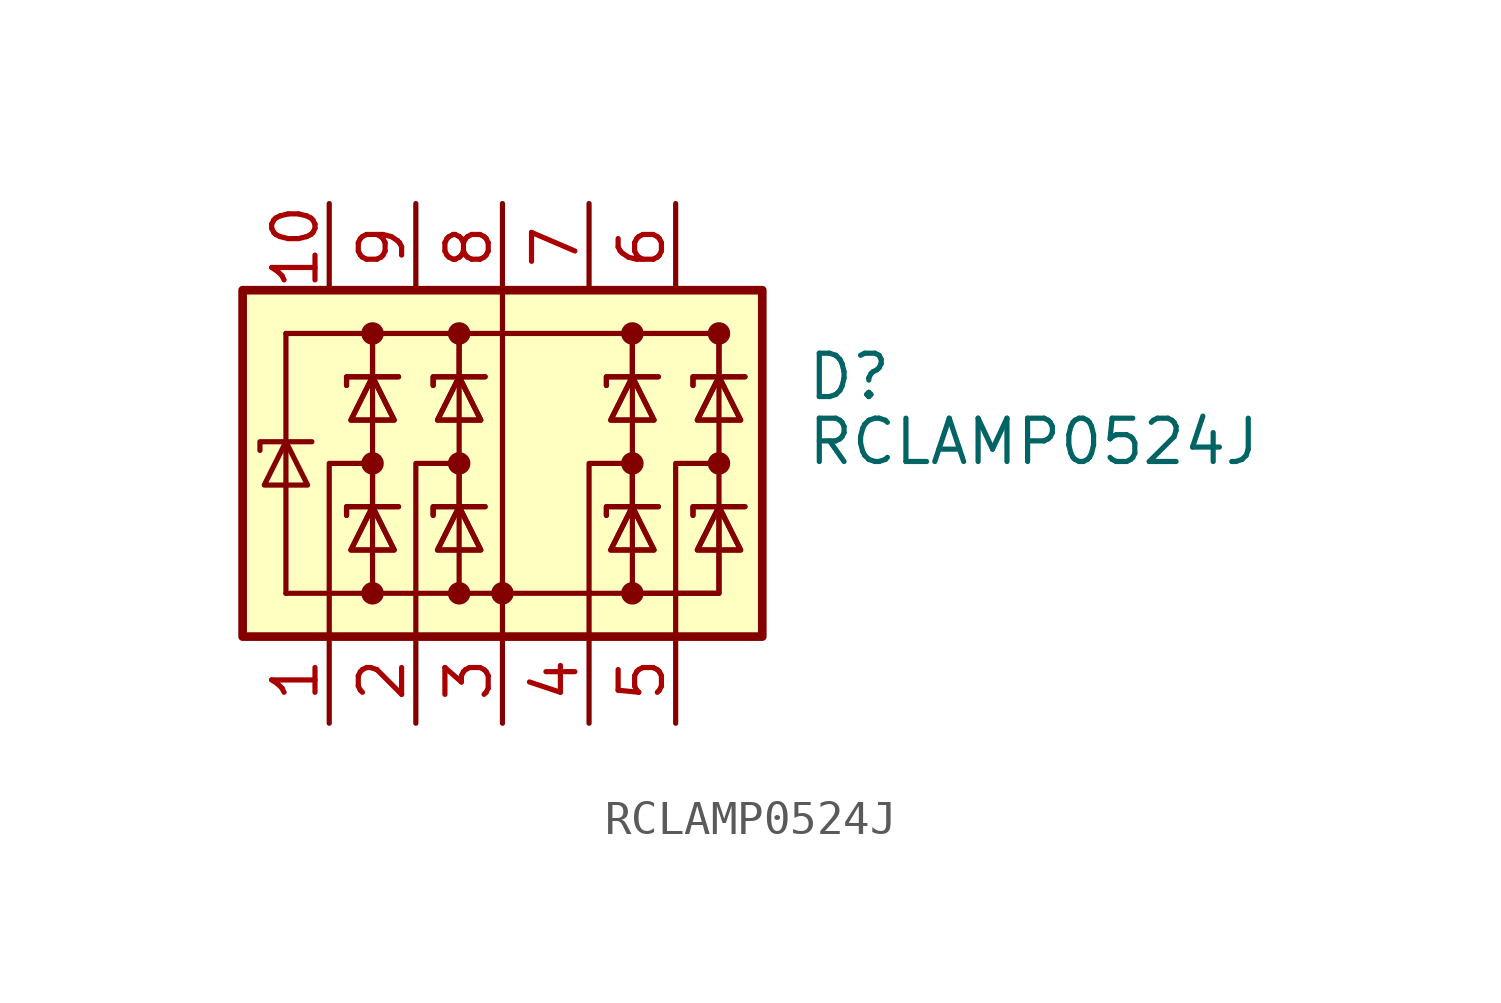
<source format=kicad_sym>
(kicad_symbol_lib
  (version 20211014)
  (generator kicad_symbol_editor)
  (symbol "RCLAMP0524J"
    (pin_names hide)
    (property "Reference" "D"
      (at 8.89 2.54 0)
      (effects (font (size 1.27 1.27)) (justify left)))
    (property "Value" "RCLAMP0524J"
      (at 8.89 0.635 0)
      (effects (font (size 1.27 1.27)) (justify left)))
    (symbol "RCLAMP0524J_0_1"
      (rectangle (start -7.62 5.08) (end 7.62 -5.08) (stroke (width 0.254) (type default) (color 0 0 0 0)) (fill (type background)))
      (circle (center -3.81 -3.81) (radius 0.254) (stroke (width 0) (type default) (color 0 0 0 0)) (fill (type outline)))
      (circle (center -3.81 0) (radius 0.254) (stroke (width 0) (type default) (color 0 0 0 0)) (fill (type outline)))
      (circle (center -3.81 3.81) (radius 0.254) (stroke (width 0) (type default) (color 0 0 0 0)) (fill (type outline)))
      (circle (center -1.27 -3.81) (radius 0.254) (stroke (width 0) (type default) (color 0 0 0 0)) (fill (type outline)))
      (circle (center -1.27 0) (radius 0.254) (stroke (width 0) (type default) (color 0 0 0 0)) (fill (type outline)))
      (circle (center -1.27 3.81) (radius 0.254) (stroke (width 0) (type default) (color 0 0 0 0)) (fill (type outline)))
      (circle (center 0 -3.81) (radius 0.254) (stroke (width 0) (type default) (color 0 0 0 0)) (fill (type outline)))
      (polyline (pts (xy -6.35 0.635) (xy -6.35 -3.81)) (stroke (width 0) (type default) (color 0 0 0 0)) (fill (type none)))
      (polyline (pts (xy -6.35 3.81) (xy -6.35 0.635)) (stroke (width 0) (type default) (color 0 0 0 0)) (fill (type none)))
      (polyline (pts (xy -3.81 -3.81) (xy -1.27 -3.81)) (stroke (width 0) (type default) (color 0 0 0 0)) (fill (type none)))
      (polyline (pts (xy -3.81 0) (xy -3.81 -1.27)) (stroke (width 0) (type default) (color 0 0 0 0)) (fill (type none)))
      (polyline (pts (xy -3.81 2.54) (xy -3.81 -1.27)) (stroke (width 0) (type default) (color 0 0 0 0)) (fill (type none)))
      (polyline (pts (xy -3.81 3.81) (xy -3.81 2.54)) (stroke (width 0) (type default) (color 0 0 0 0)) (fill (type none)))
      (polyline (pts (xy -3.81 3.81) (xy -3.81 2.54)) (stroke (width 0) (type default) (color 0 0 0 0)) (fill (type none)))
      (polyline (pts (xy -1.27 0) (xy -1.27 -1.27)) (stroke (width 0) (type default) (color 0 0 0 0)) (fill (type none)))
      (polyline (pts (xy -1.27 2.54) (xy -1.27 -1.27)) (stroke (width 0) (type default) (color 0 0 0 0)) (fill (type none)))
      (polyline (pts (xy -1.27 3.81) (xy -1.27 2.54)) (stroke (width 0) (type default) (color 0 0 0 0)) (fill (type none)))
      (polyline (pts (xy -1.27 3.81) (xy -1.27 2.54)) (stroke (width 0) (type default) (color 0 0 0 0)) (fill (type none)))
      (polyline (pts (xy 0 -5.08) (xy 0 5.08)) (stroke (width 0) (type default) (color 0 0 0 0)) (fill (type none)))
      (polyline (pts (xy 3.81 0) (xy 3.81 -1.27)) (stroke (width 0) (type default) (color 0 0 0 0)) (fill (type none)))
      (polyline (pts (xy 3.81 2.54) (xy 3.81 -3.81)) (stroke (width 0) (type default) (color 0 0 0 0)) (fill (type none)))
      (polyline (pts (xy 3.81 3.81) (xy 3.81 2.54)) (stroke (width 0) (type default) (color 0 0 0 0)) (fill (type none)))
      (polyline (pts (xy 3.81 3.81) (xy 3.81 2.54)) (stroke (width 0) (type default) (color 0 0 0 0)) (fill (type none)))
      (polyline (pts (xy 6.35 2.54) (xy 6.35 -1.27)) (stroke (width 0) (type default) (color 0 0 0 0)) (fill (type none)))
      (polyline (pts (xy 6.35 3.81) (xy -6.35 3.81)) (stroke (width 0) (type default) (color 0 0 0 0)) (fill (type none)))
      (polyline (pts (xy 6.35 3.81) (xy 6.35 2.54)) (stroke (width 0) (type default) (color 0 0 0 0)) (fill (type none)))
      (polyline (pts (xy 6.35 3.81) (xy 6.35 2.54)) (stroke (width 0) (type default) (color 0 0 0 0)) (fill (type none)))
      (polyline (pts (xy -5.08 -5.08) (xy -5.08 0) (xy -3.81 0)) (stroke (width 0) (type default) (color 0 0 0 0)) (fill (type none)))
      (polyline (pts (xy -3.81 -1.27) (xy -3.81 -3.81) (xy -6.35 -3.81)) (stroke (width 0) (type default) (color 0 0 0 0)) (fill (type none)))
      (polyline (pts (xy -2.54 -5.08) (xy -2.54 0) (xy -1.27 0)) (stroke (width 0) (type default) (color 0 0 0 0)) (fill (type none)))
      (polyline (pts (xy -1.27 -1.27) (xy -1.27 -3.81) (xy 3.81 -3.81)) (stroke (width 0) (type default) (color 0 0 0 0)) (fill (type none)))
      (polyline (pts (xy 2.54 -5.08) (xy 2.54 0) (xy 3.81 0)) (stroke (width 0) (type default) (color 0 0 0 0)) (fill (type none)))
      (polyline (pts (xy 5.08 -5.08) (xy 5.08 0) (xy 6.35 0)) (stroke (width 0) (type default) (color 0 0 0 0)) (fill (type none)))
      (polyline (pts (xy 6.35 -1.27) (xy 6.35 -3.81) (xy 3.81 -3.81)) (stroke (width 0) (type default) (color 0 0 0 0)) (fill (type none)))
      (polyline (pts (xy 6.35 -1.27) (xy 6.35 -3.81) (xy 3.81 -3.81)) (stroke (width 0) (type default) (color 0 0 0 0)) (fill (type none)))
      (polyline (pts (xy -7.112 0.381) (xy -7.112 0.635) (xy -5.715 0.635) (xy -5.588 0.635)) (stroke (width 0) (type default) (color 0 0 0 0)) (fill (type none)))
      (polyline (pts (xy -6.35 0.635) (xy -5.715 -0.635) (xy -6.985 -0.635) (xy -6.35 0.635)) (stroke (width 0) (type default) (color 0 0 0 0)) (fill (type none)))
      (polyline (pts (xy -4.572 -1.524) (xy -4.572 -1.27) (xy -3.175 -1.27) (xy -3.048 -1.27)) (stroke (width 0) (type default) (color 0 0 0 0)) (fill (type none)))
      (polyline (pts (xy -4.572 -1.524) (xy -4.572 -1.27) (xy -3.175 -1.27) (xy -3.048 -1.27)) (stroke (width 0) (type default) (color 0 0 0 0)) (fill (type none)))
      (polyline (pts (xy -4.572 2.286) (xy -4.572 2.54) (xy -3.175 2.54) (xy -3.048 2.54)) (stroke (width 0) (type default) (color 0 0 0 0)) (fill (type none)))
      (polyline (pts (xy -4.572 2.286) (xy -4.572 2.54) (xy -3.175 2.54) (xy -3.048 2.54)) (stroke (width 0) (type default) (color 0 0 0 0)) (fill (type none)))
      (polyline (pts (xy -3.81 -1.27) (xy -3.175 -2.54) (xy -4.445 -2.54) (xy -3.81 -1.27)) (stroke (width 0) (type default) (color 0 0 0 0)) (fill (type none)))
      (polyline (pts (xy -3.81 -1.27) (xy -3.175 -2.54) (xy -4.445 -2.54) (xy -3.81 -1.27)) (stroke (width 0) (type default) (color 0 0 0 0)) (fill (type none)))
      (polyline (pts (xy -3.81 2.54) (xy -3.175 1.27) (xy -4.445 1.27) (xy -3.81 2.54)) (stroke (width 0) (type default) (color 0 0 0 0)) (fill (type none)))
      (polyline (pts (xy -3.81 2.54) (xy -3.175 1.27) (xy -4.445 1.27) (xy -3.81 2.54)) (stroke (width 0) (type default) (color 0 0 0 0)) (fill (type none)))
      (polyline (pts (xy -2.032 -1.524) (xy -2.032 -1.27) (xy -0.635 -1.27) (xy -0.508 -1.27)) (stroke (width 0) (type default) (color 0 0 0 0)) (fill (type none)))
      (polyline (pts (xy -2.032 -1.524) (xy -2.032 -1.27) (xy -0.635 -1.27) (xy -0.508 -1.27)) (stroke (width 0) (type default) (color 0 0 0 0)) (fill (type none)))
      (polyline (pts (xy -2.032 2.286) (xy -2.032 2.54) (xy -0.635 2.54) (xy -0.508 2.54)) (stroke (width 0) (type default) (color 0 0 0 0)) (fill (type none)))
      (polyline (pts (xy -2.032 2.286) (xy -2.032 2.54) (xy -0.635 2.54) (xy -0.508 2.54)) (stroke (width 0) (type default) (color 0 0 0 0)) (fill (type none)))
      (polyline (pts (xy -1.27 -1.27) (xy -0.635 -2.54) (xy -1.905 -2.54) (xy -1.27 -1.27)) (stroke (width 0) (type default) (color 0 0 0 0)) (fill (type none)))
      (polyline (pts (xy -1.27 -1.27) (xy -0.635 -2.54) (xy -1.905 -2.54) (xy -1.27 -1.27)) (stroke (width 0) (type default) (color 0 0 0 0)) (fill (type none)))
      (polyline (pts (xy -1.27 2.54) (xy -0.635 1.27) (xy -1.905 1.27) (xy -1.27 2.54)) (stroke (width 0) (type default) (color 0 0 0 0)) (fill (type none)))
      (polyline (pts (xy -1.27 2.54) (xy -0.635 1.27) (xy -1.905 1.27) (xy -1.27 2.54)) (stroke (width 0) (type default) (color 0 0 0 0)) (fill (type none)))
      (polyline (pts (xy 3.048 -1.524) (xy 3.048 -1.27) (xy 4.445 -1.27) (xy 4.572 -1.27)) (stroke (width 0) (type default) (color 0 0 0 0)) (fill (type none)))
      (polyline (pts (xy 3.048 -1.524) (xy 3.048 -1.27) (xy 4.445 -1.27) (xy 4.572 -1.27)) (stroke (width 0) (type default) (color 0 0 0 0)) (fill (type none)))
      (polyline (pts (xy 3.048 2.286) (xy 3.048 2.54) (xy 4.445 2.54) (xy 4.572 2.54)) (stroke (width 0) (type default) (color 0 0 0 0)) (fill (type none)))
      (polyline (pts (xy 3.048 2.286) (xy 3.048 2.54) (xy 4.445 2.54) (xy 4.572 2.54)) (stroke (width 0) (type default) (color 0 0 0 0)) (fill (type none)))
      (polyline (pts (xy 3.81 -1.27) (xy 4.445 -2.54) (xy 3.175 -2.54) (xy 3.81 -1.27)) (stroke (width 0) (type default) (color 0 0 0 0)) (fill (type none)))
      (polyline (pts (xy 3.81 -1.27) (xy 4.445 -2.54) (xy 3.175 -2.54) (xy 3.81 -1.27)) (stroke (width 0) (type default) (color 0 0 0 0)) (fill (type none)))
      (polyline (pts (xy 3.81 2.54) (xy 4.445 1.27) (xy 3.175 1.27) (xy 3.81 2.54)) (stroke (width 0) (type default) (color 0 0 0 0)) (fill (type none)))
      (polyline (pts (xy 3.81 2.54) (xy 4.445 1.27) (xy 3.175 1.27) (xy 3.81 2.54)) (stroke (width 0) (type default) (color 0 0 0 0)) (fill (type none)))
      (polyline (pts (xy 5.588 -1.524) (xy 5.588 -1.27) (xy 6.985 -1.27) (xy 7.112 -1.27)) (stroke (width 0) (type default) (color 0 0 0 0)) (fill (type none)))
      (polyline (pts (xy 5.588 -1.524) (xy 5.588 -1.27) (xy 6.985 -1.27) (xy 7.112 -1.27)) (stroke (width 0) (type default) (color 0 0 0 0)) (fill (type none)))
      (polyline (pts (xy 5.588 2.286) (xy 5.588 2.54) (xy 6.985 2.54) (xy 7.112 2.54)) (stroke (width 0) (type default) (color 0 0 0 0)) (fill (type none)))
      (polyline (pts (xy 5.588 2.286) (xy 5.588 2.54) (xy 6.985 2.54) (xy 7.112 2.54)) (stroke (width 0) (type default) (color 0 0 0 0)) (fill (type none)))
      (polyline (pts (xy 6.35 -1.27) (xy 5.715 -2.54) (xy 6.985 -2.54) (xy 6.35 -1.27)) (stroke (width 0) (type default) (color 0 0 0 0)) (fill (type none)))
      (polyline (pts (xy 6.35 -1.27) (xy 5.715 -2.54) (xy 6.985 -2.54) (xy 6.35 -1.27)) (stroke (width 0) (type default) (color 0 0 0 0)) (fill (type none)))
      (polyline (pts (xy 6.35 2.54) (xy 5.715 1.27) (xy 6.985 1.27) (xy 6.35 2.54)) (stroke (width 0) (type default) (color 0 0 0 0)) (fill (type none)))
      (polyline (pts (xy 6.35 2.54) (xy 5.715 1.27) (xy 6.985 1.27) (xy 6.35 2.54)) (stroke (width 0) (type default) (color 0 0 0 0)) (fill (type none)))
      (circle (center 3.81 -3.81) (radius 0.254) (stroke (width 0) (type default) (color 0 0 0 0)) (fill (type outline)))
      (circle (center 3.81 0) (radius 0.254) (stroke (width 0) (type default) (color 0 0 0 0)) (fill (type outline)))
      (circle (center 3.81 3.81) (radius 0.254) (stroke (width 0) (type default) (color 0 0 0 0)) (fill (type outline)))
      (circle (center 6.35 0) (radius 0.254) (stroke (width 0) (type default) (color 0 0 0 0)) (fill (type outline)))
      (circle (center 6.35 3.81) (radius 0.254) (stroke (width 0) (type default) (color 0 0 0 0)) (fill (type outline))))
    (symbol "RCLAMP0524J_1_1"
      (pin passive line (at -5.08 -7.62 90) (length 2.54) (name "K1" (effects (font (size 1.27 1.27)))) (number "1" (effects (font (size 1.27 1.27)))))
      (pin passive line (at -5.08 7.62 270) (length 2.54) (name "NC1" (effects (font (size 1.27 1.27)))) (number "10" (effects (font (size 1.27 1.27)))))
      (pin passive line (at -2.54 -7.62 90) (length 2.54) (name "K2" (effects (font (size 1.27 1.27)))) (number "2" (effects (font (size 1.27 1.27)))))
      (pin passive line (at 0 -7.62 90) (length 2.54) (name "A" (effects (font (size 1.27 1.27)))) (number "3" (effects (font (size 1.27 1.27)))))
      (pin passive line (at 2.54 -7.62 90) (length 2.54) (name "K3" (effects (font (size 1.27 1.27)))) (number "4" (effects (font (size 1.27 1.27)))))
      (pin passive line (at 5.08 -7.62 90) (length 2.54) (name "K4" (effects (font (size 1.27 1.27)))) (number "5" (effects (font (size 1.27 1.27)))))
      (pin passive line (at 5.08 7.62 270) (length 2.54) (name "NC4" (effects (font (size 1.27 1.27)))) (number "6" (effects (font (size 1.27 1.27)))))
      (pin passive line (at 2.54 7.62 270) (length 2.54) (name "NC3" (effects (font (size 1.27 1.27)))) (number "7" (effects (font (size 1.27 1.27)))))
      (pin passive line (at 0 7.62 270) (length 2.54) (name "A" (effects (font (size 1.27 1.27)))) (number "8" (effects (font (size 1.27 1.27)))))
      (pin passive line (at -2.54 7.62 270) (length 2.54) (name "NC2" (effects (font (size 1.27 1.27)))) (number "9" (effects (font (size 1.27 1.27))))))))
</source>
